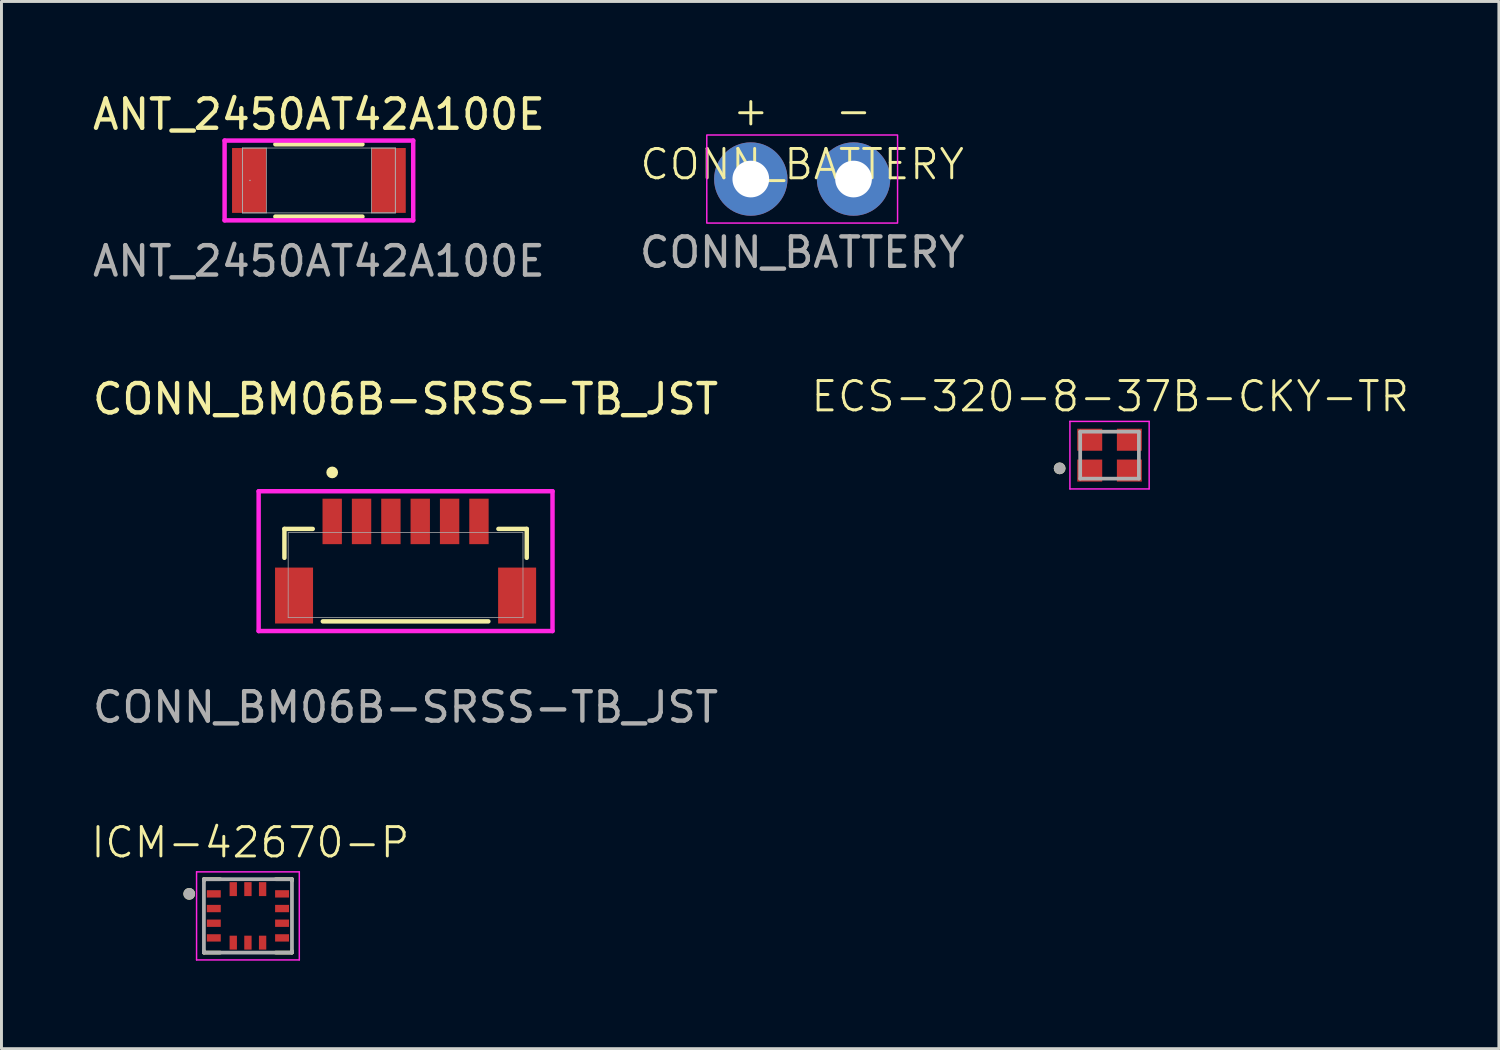
<source format=kicad_pcb>
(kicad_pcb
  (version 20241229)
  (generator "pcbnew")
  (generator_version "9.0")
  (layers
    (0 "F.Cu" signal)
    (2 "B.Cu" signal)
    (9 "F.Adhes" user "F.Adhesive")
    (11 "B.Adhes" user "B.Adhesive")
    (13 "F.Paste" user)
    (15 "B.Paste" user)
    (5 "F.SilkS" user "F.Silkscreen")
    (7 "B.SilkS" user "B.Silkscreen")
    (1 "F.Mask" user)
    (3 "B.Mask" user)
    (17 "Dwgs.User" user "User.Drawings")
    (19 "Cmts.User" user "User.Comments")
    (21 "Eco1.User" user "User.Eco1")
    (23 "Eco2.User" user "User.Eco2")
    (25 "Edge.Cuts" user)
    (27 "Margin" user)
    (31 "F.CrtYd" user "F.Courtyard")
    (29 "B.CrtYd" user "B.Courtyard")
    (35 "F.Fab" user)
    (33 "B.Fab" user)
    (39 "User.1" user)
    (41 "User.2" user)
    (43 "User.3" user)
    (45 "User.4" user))
  (footprint "ANT_2450AT42A100E"
    (layer "F.Cu")
    (at 7.815 3.098)
    (property "Reference" "ANT_2450AT42A100E" (at 0 -2.25 0) (unlocked yes) (layer "F.SilkS") (effects (font (size 1 1) (thickness 0.15))))
    (attr smd)
    (fp_line (start -1.483 1.232) (end 1.483 1.232) (stroke (width 0.152) (type solid)) (layer "F.SilkS"))
    (fp_line (start 1.483 -1.232) (end -1.483 -1.232) (stroke (width 0.152) (type solid)) (layer "F.SilkS"))
    (fp_line (start -3.213 -1.359) (end 3.213 -1.359) (stroke (width 0.152) (type solid)) (layer "F.CrtYd"))
    (fp_line (start -3.213 1.359) (end -3.213 -1.359) (stroke (width 0.152) (type solid)) (layer "F.CrtYd"))
    (fp_line (start 3.213 -1.359) (end 3.213 1.359) (stroke (width 0.152) (type solid)) (layer "F.CrtYd"))
    (fp_line (start 3.213 1.359) (end -3.213 1.359) (stroke (width 0.152) (type solid)) (layer "F.CrtYd"))
    (fp_line (start -2.603 -1.105) (end -2.603 1.105) (stroke (width 0.025) (type solid)) (layer "F.Fab"))
    (fp_line (start -2.603 -1.105) (end -2.603 1.105) (stroke (width 0.025) (type solid)) (layer "F.Fab"))
    (fp_line (start -2.603 1.105) (end -1.791 1.105) (stroke (width 0.025) (type solid)) (layer "F.Fab"))
    (fp_line (start -2.603 1.105) (end 2.603 1.105) (stroke (width 0.025) (type solid)) (layer "F.Fab"))
    (fp_line (start -1.791 -1.105) (end -2.603 -1.105) (stroke (width 0.025) (type solid)) (layer "F.Fab"))
    (fp_line (start -1.791 1.105) (end -1.791 -1.105) (stroke (width 0.025) (type solid)) (layer "F.Fab"))
    (fp_line (start 1.791 -1.105) (end 1.791 1.105) (stroke (width 0.025) (type solid)) (layer "F.Fab"))
    (fp_line (start 1.791 1.105) (end 2.603 1.105) (stroke (width 0.025) (type solid)) (layer "F.Fab"))
    (fp_line (start 2.603 -1.105) (end -2.603 -1.105) (stroke (width 0.025) (type solid)) (layer "F.Fab"))
    (fp_line (start 2.603 -1.105) (end 1.791 -1.105) (stroke (width 0.025) (type solid)) (layer "F.Fab"))
    (fp_line (start 2.603 1.105) (end 2.603 -1.105) (stroke (width 0.025) (type solid)) (layer "F.Fab"))
    (fp_line (start 2.603 1.105) (end 2.603 -1.105) (stroke (width 0.025) (type solid)) (layer "F.Fab"))
    (fp_circle (center -2.349 0) (end -2.349 0) (stroke (width 0.025) (type solid)) (fill no) (layer "F.Fab"))
    (fp_text user "${REFERENCE}" (at 0 2.75 0) (unlocked yes) (layer "F.Fab") (effects (font (size 1 1) (thickness 0.15))))
    (pad "1" smd rect (at -2.375 0) (size 1.168 2.21) (layers "F.Cu" "F.Mask" "F.Paste"))
    (pad "2" smd rect (at 2.375 0) (size 1.168 2.21) (layers "F.Cu" "F.Mask" "F.Paste"))
    (zone (net_name "") (layer "F.Cu") (hatch full 0.508) (connect_pads) (min_thickness 0.254) (filled_areas_thickness no) (keepout (tracks not_allowed) (vias not_allowed) (pads allowed) (copperpour not_allowed) (footprints allowed)) (placement (enabled no)) (fill) (polygon (pts (xy 6.076 2.044) (xy 9.555 2.044) (xy 9.555 4.152) (xy 6.076 4.152)))))
  (footprint "ECS-320-8-37B-CKY-TR"
    (layer "F.Cu")
    (at 34.752 12.457)
    (property "Reference" "ECS-320-8-37B-CKY-TR" (at 0.024 -2 0) (layer "F.SilkS") (effects (font (size 1 1) (thickness 0.1))))
    (attr smd)
    (fp_circle (center -1.7 0.45) (end -1.6 0.45) (stroke (width 0.2) (type solid)) (fill no) (layer "F.SilkS"))
    (fp_line (start -1.35 -1.15) (end -1.35 1.15) (stroke (width 0.05) (type solid)) (layer "F.CrtYd"))
    (fp_line (start -1.35 1.15) (end 1.35 1.15) (stroke (width 0.05) (type solid)) (layer "F.CrtYd"))
    (fp_line (start 1.35 -1.15) (end -1.35 -1.15) (stroke (width 0.05) (type solid)) (layer "F.CrtYd"))
    (fp_line (start 1.35 1.15) (end 1.35 -1.15) (stroke (width 0.05) (type solid)) (layer "F.CrtYd"))
    (fp_line (start -1 -0.8) (end -1 0.8) (stroke (width 0.127) (type solid)) (layer "F.Fab"))
    (fp_line (start -1 0.8) (end 1 0.8) (stroke (width 0.127) (type solid)) (layer "F.Fab"))
    (fp_line (start 1 -0.8) (end -1 -0.8) (stroke (width 0.127) (type solid)) (layer "F.Fab"))
    (fp_line (start 1 0.8) (end 1 -0.8) (stroke (width 0.127) (type solid)) (layer "F.Fab"))
    (fp_circle (center -1.7 0.45) (end -1.6 0.45) (stroke (width 0.2) (type solid)) (fill no) (layer "F.Fab"))
    (pad "1" smd rect (at -0.675 0.525) (size 0.85 0.75) (layers "F.Cu" "F.Mask" "F.Paste"))
    (pad "2" smd rect (at 0.675 0.525) (size 0.85 0.75) (layers "F.Cu" "F.Mask" "F.Paste"))
    (pad "3" smd rect (at 0.675 -0.525) (size 0.85 0.75) (layers "F.Cu" "F.Mask" "F.Paste"))
    (pad "4" smd rect (at -0.675 -0.525) (size 0.85 0.75) (layers "F.Cu" "F.Mask" "F.Paste")))
  (footprint "ICM-42670-P"
    (layer "F.Cu")
    (at 5.397 28.154)
    (property "Reference" "ICM-42670-P" (at 0.082 -2.5 0) (layer "F.SilkS") (effects (font (size 1 1) (thickness 0.1))))
    (attr smd)
    (fp_line (start -1.5 -1.25) (end -0.945 -1.25) (stroke (width 0.127) (type solid)) (layer "F.SilkS"))
    (fp_line (start -1.5 -1.195) (end -1.5 -1.25) (stroke (width 0.127) (type solid)) (layer "F.SilkS"))
    (fp_line (start -1.5 1.25) (end -1.5 1.195) (stroke (width 0.127) (type solid)) (layer "F.SilkS"))
    (fp_line (start -0.945 1.25) (end -1.5 1.25) (stroke (width 0.127) (type solid)) (layer "F.SilkS"))
    (fp_line (start 0.945 -1.25) (end 1.5 -1.25) (stroke (width 0.127) (type solid)) (layer "F.SilkS"))
    (fp_line (start 1.5 -1.25) (end 1.5 -1.195) (stroke (width 0.127) (type solid)) (layer "F.SilkS"))
    (fp_line (start 1.5 1.25) (end 0.945 1.25) (stroke (width 0.127) (type solid)) (layer "F.SilkS"))
    (fp_line (start 1.5 1.25) (end 1.5 1.195) (stroke (width 0.127) (type solid)) (layer "F.SilkS"))
    (fp_circle (center -2 -0.75) (end -1.9 -0.75) (stroke (width 0.2) (type solid)) (fill no) (layer "F.SilkS"))
    (fp_line (start -1.75 -1.5) (end -1.75 1.5) (stroke (width 0.05) (type solid)) (layer "F.CrtYd"))
    (fp_line (start -1.75 1.5) (end 1.75 1.5) (stroke (width 0.05) (type solid)) (layer "F.CrtYd"))
    (fp_line (start 1.75 -1.5) (end -1.75 -1.5) (stroke (width 0.05) (type solid)) (layer "F.CrtYd"))
    (fp_line (start 1.75 1.5) (end 1.75 -1.5) (stroke (width 0.05) (type solid)) (layer "F.CrtYd"))
    (fp_line (start -1.5 -1.25) (end 1.5 -1.25) (stroke (width 0.127) (type solid)) (layer "F.Fab"))
    (fp_line (start -1.5 1.25) (end -1.5 -1.25) (stroke (width 0.127) (type solid)) (layer "F.Fab"))
    (fp_line (start 1.5 -1.25) (end 1.5 1.25) (stroke (width 0.127) (type solid)) (layer "F.Fab"))
    (fp_line (start 1.5 1.25) (end -1.5 1.25) (stroke (width 0.127) (type solid)) (layer "F.Fab"))
    (fp_circle (center -2 -0.75) (end -1.9 -0.75) (stroke (width 0.2) (type solid)) (fill no) (layer "F.Fab"))
    (pad "1" smd rect (at -1.163 -0.75) (size 0.475 0.25) (layers "F.Cu" "F.Mask" "F.Paste"))
    (pad "2" smd rect (at -1.163 -0.25) (size 0.475 0.25) (layers "F.Cu" "F.Mask" "F.Paste"))
    (pad "3" smd rect (at -1.163 0.25) (size 0.475 0.25) (layers "F.Cu" "F.Mask" "F.Paste"))
    (pad "4" smd rect (at -1.163 0.75) (size 0.475 0.25) (layers "F.Cu" "F.Mask" "F.Paste"))
    (pad "5" smd rect (at -0.5 0.912) (size 0.25 0.475) (layers "F.Cu" "F.Mask" "F.Paste"))
    (pad "6" smd rect (at 0 0.912) (size 0.25 0.475) (layers "F.Cu" "F.Mask" "F.Paste"))
    (pad "7" smd rect (at 0.5 0.912) (size 0.25 0.475) (layers "F.Cu" "F.Mask" "F.Paste"))
    (pad "8" smd rect (at 1.163 0.75) (size 0.475 0.25) (layers "F.Cu" "F.Mask" "F.Paste"))
    (pad "9" smd rect (at 1.163 0.25) (size 0.475 0.25) (layers "F.Cu" "F.Mask" "F.Paste"))
    (pad "10" smd rect (at 1.163 -0.25) (size 0.475 0.25) (layers "F.Cu" "F.Mask" "F.Paste"))
    (pad "11" smd rect (at 1.163 -0.75) (size 0.475 0.25) (layers "F.Cu" "F.Mask" "F.Paste"))
    (pad "12" smd rect (at 0.5 -0.912) (size 0.25 0.475) (layers "F.Cu" "F.Mask" "F.Paste"))
    (pad "13" smd rect (at 0 -0.912) (size 0.25 0.475) (layers "F.Cu" "F.Mask" "F.Paste"))
    (pad "14" smd rect (at -0.5 -0.912) (size 0.25 0.475) (layers "F.Cu" "F.Mask" "F.Paste"))
    (zone (net_name "") (layer "F.Cu") (hatch full 0.508) (connect_pads) (min_thickness 0.01) (filled_areas_thickness no) (keepout (tracks not_allowed) (vias not_allowed) (pads not_allowed) (copperpour not_allowed) (footprints allowed)) (placement (enabled no)) (fill) (polygon (pts (xy 4.472 27.479) (xy 6.322 27.479) (xy 6.322 28.828) (xy 4.472 28.828))))
    (zone (net_name "") (layers "F.Cu" "B.Cu") (hatch full 0.508) (connect_pads) (min_thickness 0.01) (filled_areas_thickness no) (keepout (tracks allowed) (vias not_allowed) (pads allowed) (copperpour allowed) (footprints allowed)) (placement (enabled no)) (fill) (polygon (pts (xy 4.472 27.479) (xy 6.322 27.479) (xy 6.322 28.828) (xy 4.472 28.828)))))
  (footprint "CONN_BATTERY"
    (layer "F.Cu")
    (at 24.28 3.05)
    (property "Reference" "CONN_BATTERY" (at 0 -0.5 0) (unlocked yes) (layer "F.SilkS") (effects (font (size 1 1) (thickness 0.1))))
    (attr through_hole)
    (fp_rect (start -3.25 -1.5) (end 3.25 1.5) (stroke (width 0.05) (type default)) (fill no) (layer "F.CrtYd"))
    (fp_text user "-" (at 1.75 -1.75 0) (unlocked yes) (layer "F.SilkS") (effects (font (size 1 1) (thickness 0.1)) (justify bottom)))
    (fp_text user "+" (at -1.75 -1.75 0) (unlocked yes) (layer "F.SilkS") (effects (font (size 1 1) (thickness 0.1)) (justify bottom)))
    (fp_text user "${REFERENCE}" (at 0 2.5 0) (unlocked yes) (layer "F.Fab") (effects (font (size 1 1) (thickness 0.15))))
    (pad "1" thru_hole circle (at -1.75 0) (size 2.5 2.5) (drill 1.25) (layers "*.Cu" "*.Mask"))
    (pad "2" thru_hole circle (at 1.75 0) (size 2.5 2.5) (drill 1.25) (layers "*.Cu" "*.Mask")))
  (footprint "CONN_BM06B-SRSS-TB_JST"
    (layer "F.Cu")
    (at 10.768 16.545)
    (property "Reference" "CONN_BM06B-SRSS-TB_JST" (at 0 -6 0) (unlocked yes) (layer "F.SilkS") (effects (font (size 1 1) (thickness 0.15))))
    (attr smd)
    (fp_line (start -4.128 -1.575) (end -4.128 -0.59) (stroke (width 0.152) (type solid)) (layer "F.SilkS"))
    (fp_line (start -3.163 -1.575) (end -4.128 -1.575) (stroke (width 0.152) (type solid)) (layer "F.SilkS"))
    (fp_line (start -2.82 1.575) (end 2.82 1.575) (stroke (width 0.152) (type solid)) (layer "F.SilkS"))
    (fp_line (start 4.128 -1.575) (end 3.163 -1.575) (stroke (width 0.152) (type solid)) (layer "F.SilkS"))
    (fp_line (start 4.128 -0.59) (end 4.128 -1.575) (stroke (width 0.152) (type solid)) (layer "F.SilkS"))
    (fp_circle (center -2.5 -3.5) (end -2.4 -3.5) (stroke (width 0.2) (type solid)) (fill no) (layer "F.SilkS"))
    (fp_line (start -5.006 -2.858) (end -5.006 1.905) (stroke (width 0.152) (type solid)) (layer "F.CrtYd"))
    (fp_line (start -5.006 1.905) (end 5.006 1.905) (stroke (width 0.152) (type solid)) (layer "F.CrtYd"))
    (fp_line (start 5.006 -2.858) (end -5.006 -2.858) (stroke (width 0.152) (type solid)) (layer "F.CrtYd"))
    (fp_line (start 5.006 1.905) (end 5.006 -2.858) (stroke (width 0.152) (type solid)) (layer "F.CrtYd"))
    (fp_line (start -4 -1.448) (end -4 1.448) (stroke (width 0.025) (type solid)) (layer "F.Fab"))
    (fp_line (start -4 1.448) (end 4 1.448) (stroke (width 0.025) (type solid)) (layer "F.Fab"))
    (fp_line (start 4 -1.448) (end -4 -1.448) (stroke (width 0.025) (type solid)) (layer "F.Fab"))
    (fp_line (start 4 1.448) (end 4 -1.448) (stroke (width 0.025) (type solid)) (layer "F.Fab"))
    (fp_text user "${REFERENCE}" (at 0 4.5 0) (unlocked yes) (layer "F.Fab") (effects (font (size 1 1) (thickness 0.15))))
    (pad "1" smd rect (at -2.5 -1.83) (size 0.66 1.549) (layers "F.Cu" "F.Mask" "F.Paste"))
    (pad "2" smd rect (at -1.5 -1.83) (size 0.66 1.549) (layers "F.Cu" "F.Mask" "F.Paste"))
    (pad "3" smd rect (at -0.5 -1.83) (size 0.66 1.549) (layers "F.Cu" "F.Mask" "F.Paste"))
    (pad "4" smd rect (at 0.5 -1.83) (size 0.66 1.549) (layers "F.Cu" "F.Mask" "F.Paste"))
    (pad "5" smd rect (at 1.5 -1.83) (size 0.66 1.549) (layers "F.Cu" "F.Mask" "F.Paste"))
    (pad "6" smd rect (at 2.5 -1.83) (size 0.66 1.549) (layers "F.Cu" "F.Mask" "F.Paste"))
    (pad "7" smd rect (at -3.8 0.695 90) (size 1.905 1.295) (layers "F.Cu" "F.Mask" "F.Paste"))
    (pad "8" smd rect (at 3.8 0.695 90) (size 1.905 1.295) (layers "F.Cu" "F.Mask" "F.Paste")))
  (gr_rect
    (start -3 -3)
    (end 48.017 32.678)
    (stroke (width 0.1) (type default))
    (fill no)
    (layer "Edge.Cuts")))
</source>
